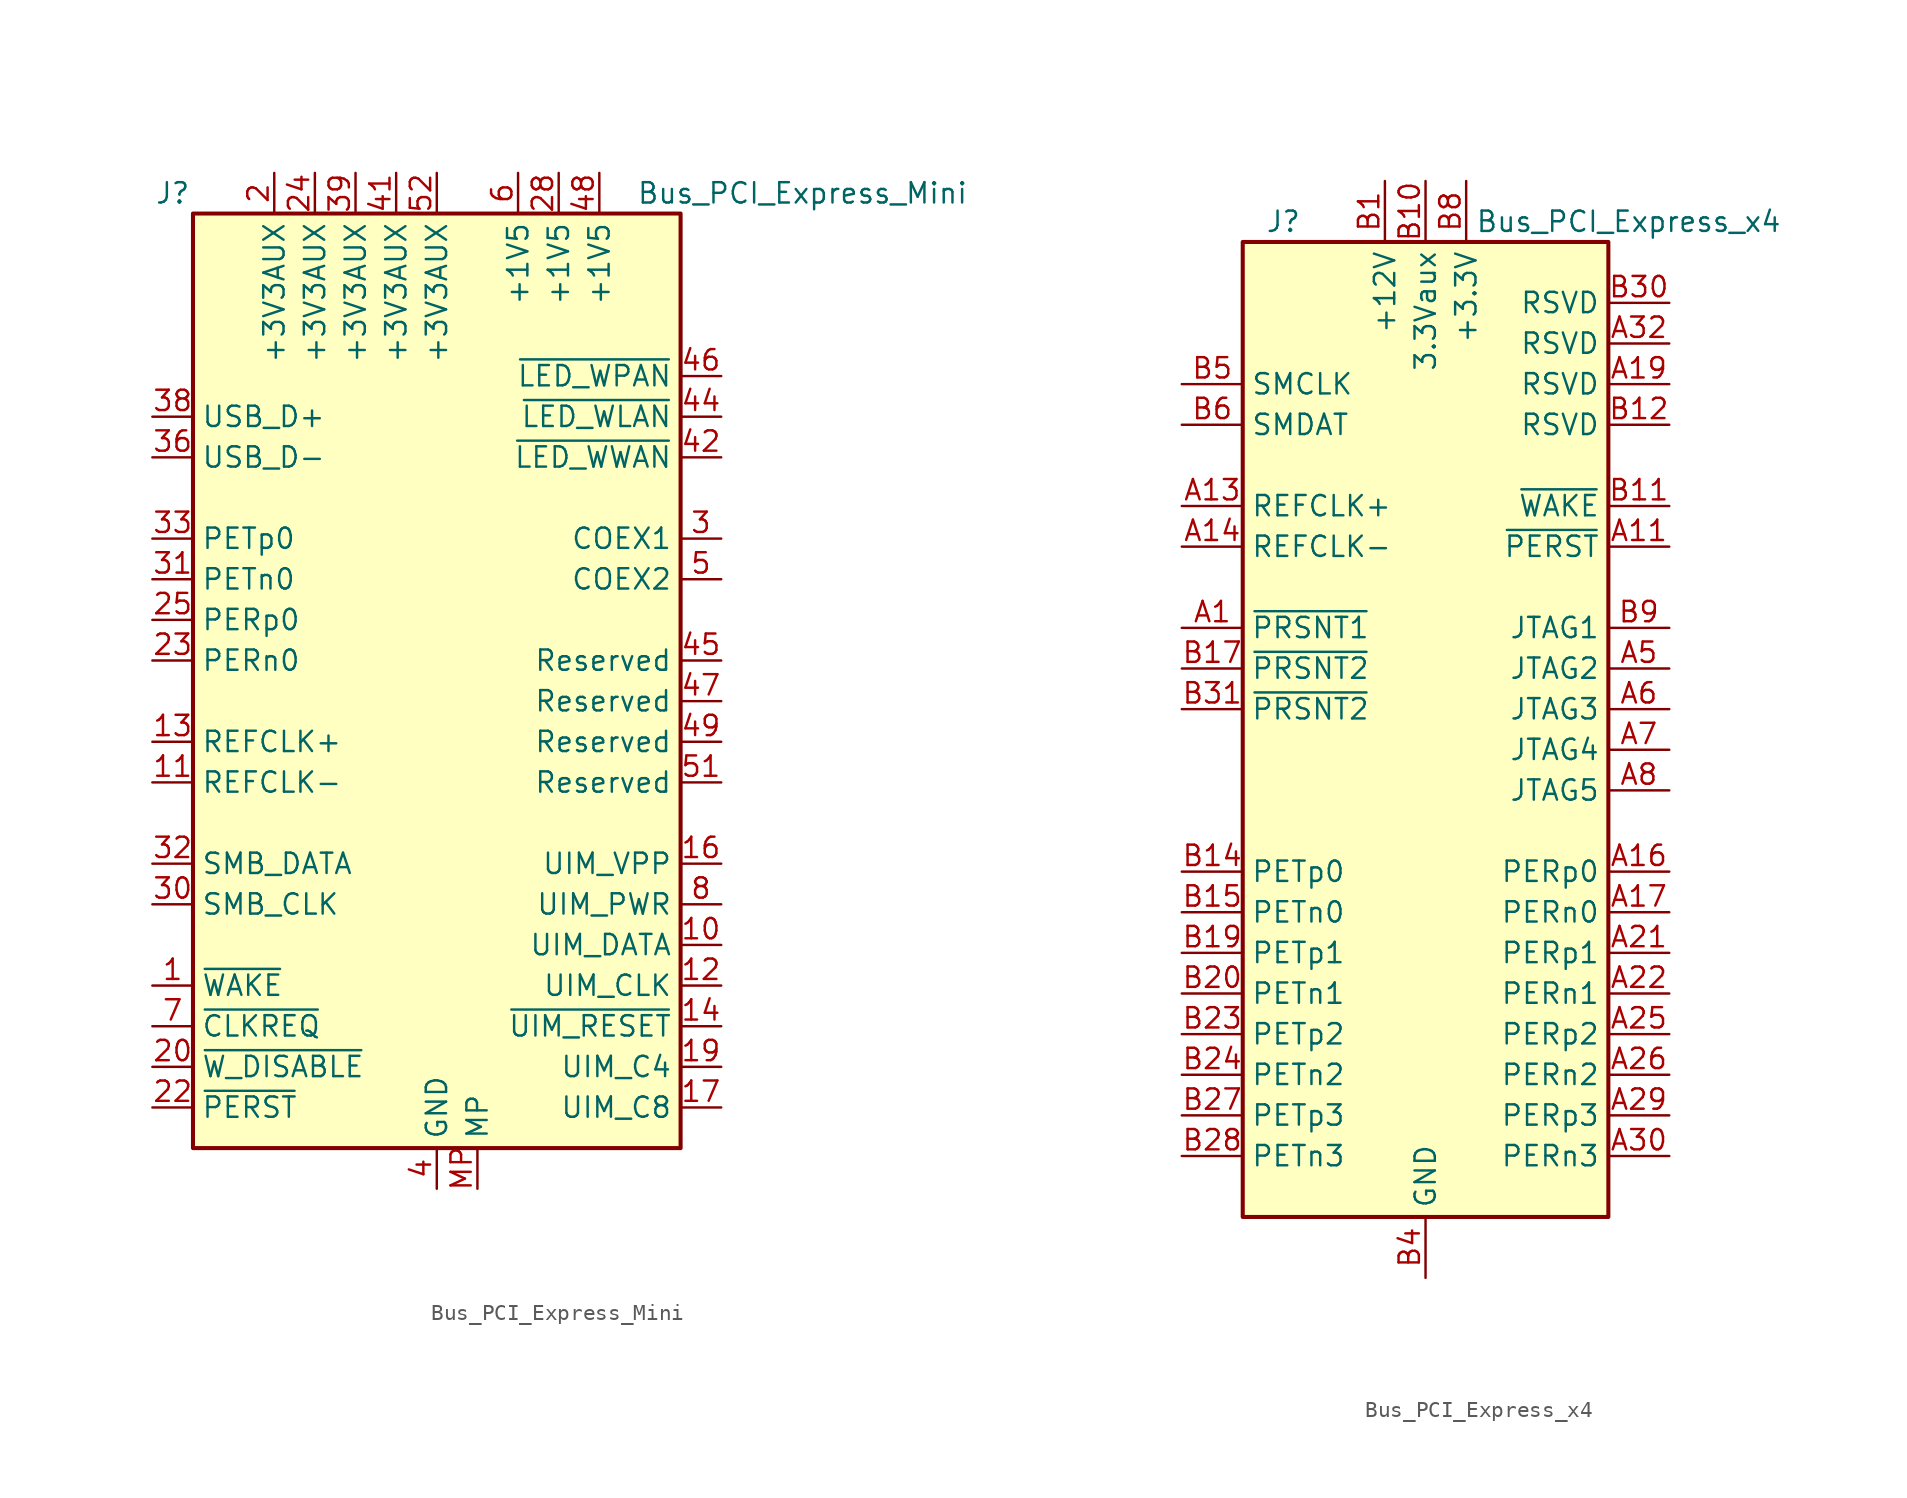
<source format=kicad_sym>
(kicad_symbol_lib
  (version 20211014)
  (generator kicad_symbol_editor)
  (symbol "Bus_PCI_Express_Mini"
    (property "Reference" "J"
      (at -16.51 31.75 0)
      (effects (font (size 1.27 1.27))))
    (property "Value" "Bus_PCI_Express_Mini"
      (at 22.86 31.75 0)
      (effects (font (size 1.27 1.27))))
    (symbol "Bus_PCI_Express_Mini_0_1"
      (rectangle (start -15.24 30.48) (end 15.24 -27.94) (stroke (width 0.254) (type default) (color 0 0 0 0)) (fill (type background))))
    (symbol "Bus_PCI_Express_Mini_1_1"
      (pin open_collector line (at -17.78 -17.78 0) (length 2.54) (name "~{WAKE}" (effects (font (size 1.27 1.27)))) (number "1" (effects (font (size 1.27 1.27)))))
      (pin bidirectional line (at 17.78 -15.24 180) (length 2.54) (name "UIM_DATA" (effects (font (size 1.27 1.27)))) (number "10" (effects (font (size 1.27 1.27)))))
      (pin input line (at -17.78 -5.08 0) (length 2.54) (name "REFCLK-" (effects (font (size 1.27 1.27)))) (number "11" (effects (font (size 1.27 1.27)))))
      (pin output line (at 17.78 -17.78 180) (length 2.54) (name "UIM_CLK" (effects (font (size 1.27 1.27)))) (number "12" (effects (font (size 1.27 1.27)))))
      (pin input line (at -17.78 -2.54 0) (length 2.54) (name "REFCLK+" (effects (font (size 1.27 1.27)))) (number "13" (effects (font (size 1.27 1.27)))))
      (pin output line (at 17.78 -20.32 180) (length 2.54) (name "~{UIM_RESET}" (effects (font (size 1.27 1.27)))) (number "14" (effects (font (size 1.27 1.27)))))
      (pin passive line (at 0 -30.48 90) (length 2.54) hide (name "GND" (effects (font (size 1.27 1.27)))) (number "15" (effects (font (size 1.27 1.27)))))
      (pin power_out line (at 17.78 -10.16 180) (length 2.54) (name "UIM_VPP" (effects (font (size 1.27 1.27)))) (number "16" (effects (font (size 1.27 1.27)))))
      (pin passive line (at 17.78 -25.4 180) (length 2.54) (name "UIM_C8" (effects (font (size 1.27 1.27)))) (number "17" (effects (font (size 1.27 1.27)))))
      (pin passive line (at 0 -30.48 90) (length 2.54) hide (name "GND" (effects (font (size 1.27 1.27)))) (number "18" (effects (font (size 1.27 1.27)))))
      (pin passive line (at 17.78 -22.86 180) (length 2.54) (name "UIM_C4" (effects (font (size 1.27 1.27)))) (number "19" (effects (font (size 1.27 1.27)))))
      (pin power_in line (at -10.16 33.02 270) (length 2.54) (name "+3V3AUX" (effects (font (size 1.27 1.27)))) (number "2" (effects (font (size 1.27 1.27)))))
      (pin input line (at -17.78 -22.86 0) (length 2.54) (name "~{W_DISABLE}" (effects (font (size 1.27 1.27)))) (number "20" (effects (font (size 1.27 1.27)))))
      (pin passive line (at 0 -30.48 90) (length 2.54) hide (name "GND" (effects (font (size 1.27 1.27)))) (number "21" (effects (font (size 1.27 1.27)))))
      (pin input line (at -17.78 -25.4 0) (length 2.54) (name "~{PERST}" (effects (font (size 1.27 1.27)))) (number "22" (effects (font (size 1.27 1.27)))))
      (pin output line (at -17.78 2.54 0) (length 2.54) (name "PERn0" (effects (font (size 1.27 1.27)))) (number "23" (effects (font (size 1.27 1.27)))))
      (pin power_in line (at -7.62 33.02 270) (length 2.54) (name "+3V3AUX" (effects (font (size 1.27 1.27)))) (number "24" (effects (font (size 1.27 1.27)))))
      (pin output line (at -17.78 5.08 0) (length 2.54) (name "PERp0" (effects (font (size 1.27 1.27)))) (number "25" (effects (font (size 1.27 1.27)))))
      (pin passive line (at 0 -30.48 90) (length 2.54) hide (name "GND" (effects (font (size 1.27 1.27)))) (number "26" (effects (font (size 1.27 1.27)))))
      (pin passive line (at 0 -30.48 90) (length 2.54) hide (name "GND" (effects (font (size 1.27 1.27)))) (number "27" (effects (font (size 1.27 1.27)))))
      (pin power_in line (at 7.62 33.02 270) (length 2.54) (name "+1V5" (effects (font (size 1.27 1.27)))) (number "28" (effects (font (size 1.27 1.27)))))
      (pin passive line (at 0 -30.48 90) (length 2.54) hide (name "GND" (effects (font (size 1.27 1.27)))) (number "29" (effects (font (size 1.27 1.27)))))
      (pin passive line (at 17.78 10.16 180) (length 2.54) (name "COEX1" (effects (font (size 1.27 1.27)))) (number "3" (effects (font (size 1.27 1.27)))))
      (pin input line (at -17.78 -12.7 0) (length 2.54) (name "SMB_CLK" (effects (font (size 1.27 1.27)))) (number "30" (effects (font (size 1.27 1.27)))))
      (pin input line (at -17.78 7.62 0) (length 2.54) (name "PETn0" (effects (font (size 1.27 1.27)))) (number "31" (effects (font (size 1.27 1.27)))))
      (pin bidirectional line (at -17.78 -10.16 0) (length 2.54) (name "SMB_DATA" (effects (font (size 1.27 1.27)))) (number "32" (effects (font (size 1.27 1.27)))))
      (pin input line (at -17.78 10.16 0) (length 2.54) (name "PETp0" (effects (font (size 1.27 1.27)))) (number "33" (effects (font (size 1.27 1.27)))))
      (pin passive line (at 0 -30.48 90) (length 2.54) hide (name "GND" (effects (font (size 1.27 1.27)))) (number "34" (effects (font (size 1.27 1.27)))))
      (pin passive line (at 0 -30.48 90) (length 2.54) hide (name "GND" (effects (font (size 1.27 1.27)))) (number "35" (effects (font (size 1.27 1.27)))))
      (pin bidirectional line (at -17.78 15.24 0) (length 2.54) (name "USB_D-" (effects (font (size 1.27 1.27)))) (number "36" (effects (font (size 1.27 1.27)))))
      (pin passive line (at 0 -30.48 90) (length 2.54) hide (name "GND" (effects (font (size 1.27 1.27)))) (number "37" (effects (font (size 1.27 1.27)))))
      (pin bidirectional line (at -17.78 17.78 0) (length 2.54) (name "USB_D+" (effects (font (size 1.27 1.27)))) (number "38" (effects (font (size 1.27 1.27)))))
      (pin power_in line (at -5.08 33.02 270) (length 2.54) (name "+3V3AUX" (effects (font (size 1.27 1.27)))) (number "39" (effects (font (size 1.27 1.27)))))
      (pin power_in line (at 0 -30.48 90) (length 2.54) (name "GND" (effects (font (size 1.27 1.27)))) (number "4" (effects (font (size 1.27 1.27)))))
      (pin passive line (at 0 -30.48 90) (length 2.54) hide (name "GND" (effects (font (size 1.27 1.27)))) (number "40" (effects (font (size 1.27 1.27)))))
      (pin power_in line (at -2.54 33.02 270) (length 2.54) (name "+3V3AUX" (effects (font (size 1.27 1.27)))) (number "41" (effects (font (size 1.27 1.27)))))
      (pin open_collector line (at 17.78 15.24 180) (length 2.54) (name "~{LED_WWAN}" (effects (font (size 1.27 1.27)))) (number "42" (effects (font (size 1.27 1.27)))))
      (pin passive line (at 0 -30.48 90) (length 2.54) hide (name "GND" (effects (font (size 1.27 1.27)))) (number "43" (effects (font (size 1.27 1.27)))))
      (pin open_collector line (at 17.78 17.78 180) (length 2.54) (name "~{LED_WLAN}" (effects (font (size 1.27 1.27)))) (number "44" (effects (font (size 1.27 1.27)))))
      (pin passive line (at 17.78 2.54 180) (length 2.54) (name "Reserved" (effects (font (size 1.27 1.27)))) (number "45" (effects (font (size 1.27 1.27)))))
      (pin open_collector line (at 17.78 20.32 180) (length 2.54) (name "~{LED_WPAN}" (effects (font (size 1.27 1.27)))) (number "46" (effects (font (size 1.27 1.27)))))
      (pin passive line (at 17.78 0 180) (length 2.54) (name "Reserved" (effects (font (size 1.27 1.27)))) (number "47" (effects (font (size 1.27 1.27)))))
      (pin power_in line (at 10.16 33.02 270) (length 2.54) (name "+1V5" (effects (font (size 1.27 1.27)))) (number "48" (effects (font (size 1.27 1.27)))))
      (pin passive line (at 17.78 -2.54 180) (length 2.54) (name "Reserved" (effects (font (size 1.27 1.27)))) (number "49" (effects (font (size 1.27 1.27)))))
      (pin passive line (at 17.78 7.62 180) (length 2.54) (name "COEX2" (effects (font (size 1.27 1.27)))) (number "5" (effects (font (size 1.27 1.27)))))
      (pin passive line (at 0 -30.48 90) (length 2.54) hide (name "GND" (effects (font (size 1.27 1.27)))) (number "50" (effects (font (size 1.27 1.27)))))
      (pin passive line (at 17.78 -5.08 180) (length 2.54) (name "Reserved" (effects (font (size 1.27 1.27)))) (number "51" (effects (font (size 1.27 1.27)))))
      (pin power_in line (at 0 33.02 270) (length 2.54) (name "+3V3AUX" (effects (font (size 1.27 1.27)))) (number "52" (effects (font (size 1.27 1.27)))))
      (pin power_in line (at 5.08 33.02 270) (length 2.54) (name "+1V5" (effects (font (size 1.27 1.27)))) (number "6" (effects (font (size 1.27 1.27)))))
      (pin open_collector line (at -17.78 -20.32 0) (length 2.54) (name "~{CLKREQ}" (effects (font (size 1.27 1.27)))) (number "7" (effects (font (size 1.27 1.27)))))
      (pin power_out line (at 17.78 -12.7 180) (length 2.54) (name "UIM_PWR" (effects (font (size 1.27 1.27)))) (number "8" (effects (font (size 1.27 1.27)))))
      (pin passive line (at 0 -30.48 90) (length 2.54) hide (name "GND" (effects (font (size 1.27 1.27)))) (number "9" (effects (font (size 1.27 1.27)))))
      (pin passive line (at 2.54 -30.48 90) (length 2.54) (name "MP" (effects (font (size 1.27 1.27)))) (number "MP" (effects (font (size 1.27 1.27)))))))
  (symbol "Bus_PCI_Express_x4"
    (property "Reference" "J"
      (at -8.89 33.02 0)
      (effects (font (size 1.27 1.27))))
    (property "Value" "Bus_PCI_Express_x4"
      (at 12.7 33.02 0)
      (effects (font (size 1.27 1.27))))
    (symbol "Bus_PCI_Express_x4_0_1"
      (rectangle (start -11.43 31.75) (end 11.43 -29.21) (stroke (width 0.254) (type default) (color 0 0 0 0)) (fill (type background))))
    (symbol "Bus_PCI_Express_x4_1_1"
      (pin passive line (at -15.24 7.62 0) (length 3.81) (name "~{PRSNT1}" (effects (font (size 1.27 1.27)))) (number "A1" (effects (font (size 1.27 1.27)))))
      (pin passive line (at 2.54 35.56 270) (length 3.81) hide (name "+3.3V" (effects (font (size 1.27 1.27)))) (number "A10" (effects (font (size 1.27 1.27)))))
      (pin input line (at 15.24 12.7 180) (length 3.81) (name "~{PERST}" (effects (font (size 1.27 1.27)))) (number "A11" (effects (font (size 1.27 1.27)))))
      (pin passive line (at 0 -33.02 90) (length 3.81) hide (name "GND" (effects (font (size 1.27 1.27)))) (number "A12" (effects (font (size 1.27 1.27)))))
      (pin input line (at -15.24 15.24 0) (length 3.81) (name "REFCLK+" (effects (font (size 1.27 1.27)))) (number "A13" (effects (font (size 1.27 1.27)))))
      (pin input line (at -15.24 12.7 0) (length 3.81) (name "REFCLK-" (effects (font (size 1.27 1.27)))) (number "A14" (effects (font (size 1.27 1.27)))))
      (pin passive line (at 0 -33.02 90) (length 3.81) hide (name "GND" (effects (font (size 1.27 1.27)))) (number "A15" (effects (font (size 1.27 1.27)))))
      (pin output line (at 15.24 -7.62 180) (length 3.81) (name "PERp0" (effects (font (size 1.27 1.27)))) (number "A16" (effects (font (size 1.27 1.27)))))
      (pin output line (at 15.24 -10.16 180) (length 3.81) (name "PERn0" (effects (font (size 1.27 1.27)))) (number "A17" (effects (font (size 1.27 1.27)))))
      (pin passive line (at 0 -33.02 90) (length 3.81) hide (name "GND" (effects (font (size 1.27 1.27)))) (number "A18" (effects (font (size 1.27 1.27)))))
      (pin passive line (at 15.24 22.86 180) (length 3.81) (name "RSVD" (effects (font (size 1.27 1.27)))) (number "A19" (effects (font (size 1.27 1.27)))))
      (pin passive line (at -2.54 35.56 270) (length 3.81) hide (name "+12V" (effects (font (size 1.27 1.27)))) (number "A2" (effects (font (size 1.27 1.27)))))
      (pin passive line (at 0 -33.02 90) (length 3.81) hide (name "GND" (effects (font (size 1.27 1.27)))) (number "A20" (effects (font (size 1.27 1.27)))))
      (pin output line (at 15.24 -12.7 180) (length 3.81) (name "PERp1" (effects (font (size 1.27 1.27)))) (number "A21" (effects (font (size 1.27 1.27)))))
      (pin output line (at 15.24 -15.24 180) (length 3.81) (name "PERn1" (effects (font (size 1.27 1.27)))) (number "A22" (effects (font (size 1.27 1.27)))))
      (pin passive line (at 0 -33.02 90) (length 3.81) hide (name "GND" (effects (font (size 1.27 1.27)))) (number "A23" (effects (font (size 1.27 1.27)))))
      (pin passive line (at 0 -33.02 90) (length 3.81) hide (name "GND" (effects (font (size 1.27 1.27)))) (number "A24" (effects (font (size 1.27 1.27)))))
      (pin output line (at 15.24 -17.78 180) (length 3.81) (name "PERp2" (effects (font (size 1.27 1.27)))) (number "A25" (effects (font (size 1.27 1.27)))))
      (pin output line (at 15.24 -20.32 180) (length 3.81) (name "PERn2" (effects (font (size 1.27 1.27)))) (number "A26" (effects (font (size 1.27 1.27)))))
      (pin passive line (at 0 -33.02 90) (length 3.81) hide (name "GND" (effects (font (size 1.27 1.27)))) (number "A27" (effects (font (size 1.27 1.27)))))
      (pin passive line (at 0 -33.02 90) (length 3.81) hide (name "GND" (effects (font (size 1.27 1.27)))) (number "A28" (effects (font (size 1.27 1.27)))))
      (pin output line (at 15.24 -22.86 180) (length 3.81) (name "PERp3" (effects (font (size 1.27 1.27)))) (number "A29" (effects (font (size 1.27 1.27)))))
      (pin passive line (at -2.54 35.56 270) (length 3.81) hide (name "+12V" (effects (font (size 1.27 1.27)))) (number "A3" (effects (font (size 1.27 1.27)))))
      (pin output line (at 15.24 -25.4 180) (length 3.81) (name "PERn3" (effects (font (size 1.27 1.27)))) (number "A30" (effects (font (size 1.27 1.27)))))
      (pin passive line (at 0 -33.02 90) (length 3.81) hide (name "GND" (effects (font (size 1.27 1.27)))) (number "A31" (effects (font (size 1.27 1.27)))))
      (pin passive line (at 15.24 25.4 180) (length 3.81) (name "RSVD" (effects (font (size 1.27 1.27)))) (number "A32" (effects (font (size 1.27 1.27)))))
      (pin passive line (at 0 -33.02 90) (length 3.81) hide (name "GND" (effects (font (size 1.27 1.27)))) (number "A4" (effects (font (size 1.27 1.27)))))
      (pin input line (at 15.24 5.08 180) (length 3.81) (name "JTAG2" (effects (font (size 1.27 1.27)))) (number "A5" (effects (font (size 1.27 1.27)))))
      (pin input line (at 15.24 2.54 180) (length 3.81) (name "JTAG3" (effects (font (size 1.27 1.27)))) (number "A6" (effects (font (size 1.27 1.27)))))
      (pin output line (at 15.24 0 180) (length 3.81) (name "JTAG4" (effects (font (size 1.27 1.27)))) (number "A7" (effects (font (size 1.27 1.27)))))
      (pin input line (at 15.24 -2.54 180) (length 3.81) (name "JTAG5" (effects (font (size 1.27 1.27)))) (number "A8" (effects (font (size 1.27 1.27)))))
      (pin passive line (at 2.54 35.56 270) (length 3.81) hide (name "+3.3V" (effects (font (size 1.27 1.27)))) (number "A9" (effects (font (size 1.27 1.27)))))
      (pin power_in line (at -2.54 35.56 270) (length 3.81) (name "+12V" (effects (font (size 1.27 1.27)))) (number "B1" (effects (font (size 1.27 1.27)))))
      (pin power_in line (at 0 35.56 270) (length 3.81) (name "3.3Vaux" (effects (font (size 1.27 1.27)))) (number "B10" (effects (font (size 1.27 1.27)))))
      (pin open_collector line (at 15.24 15.24 180) (length 3.81) (name "~{WAKE}" (effects (font (size 1.27 1.27)))) (number "B11" (effects (font (size 1.27 1.27)))))
      (pin passive line (at 15.24 20.32 180) (length 3.81) (name "RSVD" (effects (font (size 1.27 1.27)))) (number "B12" (effects (font (size 1.27 1.27)))))
      (pin passive line (at 0 -33.02 90) (length 3.81) hide (name "GND" (effects (font (size 1.27 1.27)))) (number "B13" (effects (font (size 1.27 1.27)))))
      (pin input line (at -15.24 -7.62 0) (length 3.81) (name "PETp0" (effects (font (size 1.27 1.27)))) (number "B14" (effects (font (size 1.27 1.27)))))
      (pin input line (at -15.24 -10.16 0) (length 3.81) (name "PETn0" (effects (font (size 1.27 1.27)))) (number "B15" (effects (font (size 1.27 1.27)))))
      (pin passive line (at 0 -33.02 90) (length 3.81) hide (name "GND" (effects (font (size 1.27 1.27)))) (number "B16" (effects (font (size 1.27 1.27)))))
      (pin passive line (at -15.24 5.08 0) (length 3.81) (name "~{PRSNT2}" (effects (font (size 1.27 1.27)))) (number "B17" (effects (font (size 1.27 1.27)))))
      (pin passive line (at 0 -33.02 90) (length 3.81) hide (name "GND" (effects (font (size 1.27 1.27)))) (number "B18" (effects (font (size 1.27 1.27)))))
      (pin input line (at -15.24 -12.7 0) (length 3.81) (name "PETp1" (effects (font (size 1.27 1.27)))) (number "B19" (effects (font (size 1.27 1.27)))))
      (pin passive line (at -2.54 35.56 270) (length 3.81) hide (name "+12V" (effects (font (size 1.27 1.27)))) (number "B2" (effects (font (size 1.27 1.27)))))
      (pin input line (at -15.24 -15.24 0) (length 3.81) (name "PETn1" (effects (font (size 1.27 1.27)))) (number "B20" (effects (font (size 1.27 1.27)))))
      (pin passive line (at 0 -33.02 90) (length 3.81) hide (name "GND" (effects (font (size 1.27 1.27)))) (number "B21" (effects (font (size 1.27 1.27)))))
      (pin passive line (at 0 -33.02 90) (length 3.81) hide (name "GND" (effects (font (size 1.27 1.27)))) (number "B22" (effects (font (size 1.27 1.27)))))
      (pin input line (at -15.24 -17.78 0) (length 3.81) (name "PETp2" (effects (font (size 1.27 1.27)))) (number "B23" (effects (font (size 1.27 1.27)))))
      (pin input line (at -15.24 -20.32 0) (length 3.81) (name "PETn2" (effects (font (size 1.27 1.27)))) (number "B24" (effects (font (size 1.27 1.27)))))
      (pin passive line (at 0 -33.02 90) (length 3.81) hide (name "GND" (effects (font (size 1.27 1.27)))) (number "B25" (effects (font (size 1.27 1.27)))))
      (pin passive line (at 0 -33.02 90) (length 3.81) hide (name "GND" (effects (font (size 1.27 1.27)))) (number "B26" (effects (font (size 1.27 1.27)))))
      (pin input line (at -15.24 -22.86 0) (length 3.81) (name "PETp3" (effects (font (size 1.27 1.27)))) (number "B27" (effects (font (size 1.27 1.27)))))
      (pin input line (at -15.24 -25.4 0) (length 3.81) (name "PETn3" (effects (font (size 1.27 1.27)))) (number "B28" (effects (font (size 1.27 1.27)))))
      (pin passive line (at 0 -33.02 90) (length 3.81) hide (name "GND" (effects (font (size 1.27 1.27)))) (number "B29" (effects (font (size 1.27 1.27)))))
      (pin passive line (at -2.54 35.56 270) (length 3.81) hide (name "+12V" (effects (font (size 1.27 1.27)))) (number "B3" (effects (font (size 1.27 1.27)))))
      (pin passive line (at 15.24 27.94 180) (length 3.81) (name "RSVD" (effects (font (size 1.27 1.27)))) (number "B30" (effects (font (size 1.27 1.27)))))
      (pin passive line (at -15.24 2.54 0) (length 3.81) (name "~{PRSNT2}" (effects (font (size 1.27 1.27)))) (number "B31" (effects (font (size 1.27 1.27)))))
      (pin passive line (at 0 -33.02 90) (length 3.81) hide (name "GND" (effects (font (size 1.27 1.27)))) (number "B32" (effects (font (size 1.27 1.27)))))
      (pin power_in line (at 0 -33.02 90) (length 3.81) (name "GND" (effects (font (size 1.27 1.27)))) (number "B4" (effects (font (size 1.27 1.27)))))
      (pin input line (at -15.24 22.86 0) (length 3.81) (name "SMCLK" (effects (font (size 1.27 1.27)))) (number "B5" (effects (font (size 1.27 1.27)))))
      (pin bidirectional line (at -15.24 20.32 0) (length 3.81) (name "SMDAT" (effects (font (size 1.27 1.27)))) (number "B6" (effects (font (size 1.27 1.27)))))
      (pin passive line (at 0 -33.02 90) (length 3.81) hide (name "GND" (effects (font (size 1.27 1.27)))) (number "B7" (effects (font (size 1.27 1.27)))))
      (pin power_in line (at 2.54 35.56 270) (length 3.81) (name "+3.3V" (effects (font (size 1.27 1.27)))) (number "B8" (effects (font (size 1.27 1.27)))))
      (pin input line (at 15.24 7.62 180) (length 3.81) (name "JTAG1" (effects (font (size 1.27 1.27)))) (number "B9" (effects (font (size 1.27 1.27))))))))
</source>
